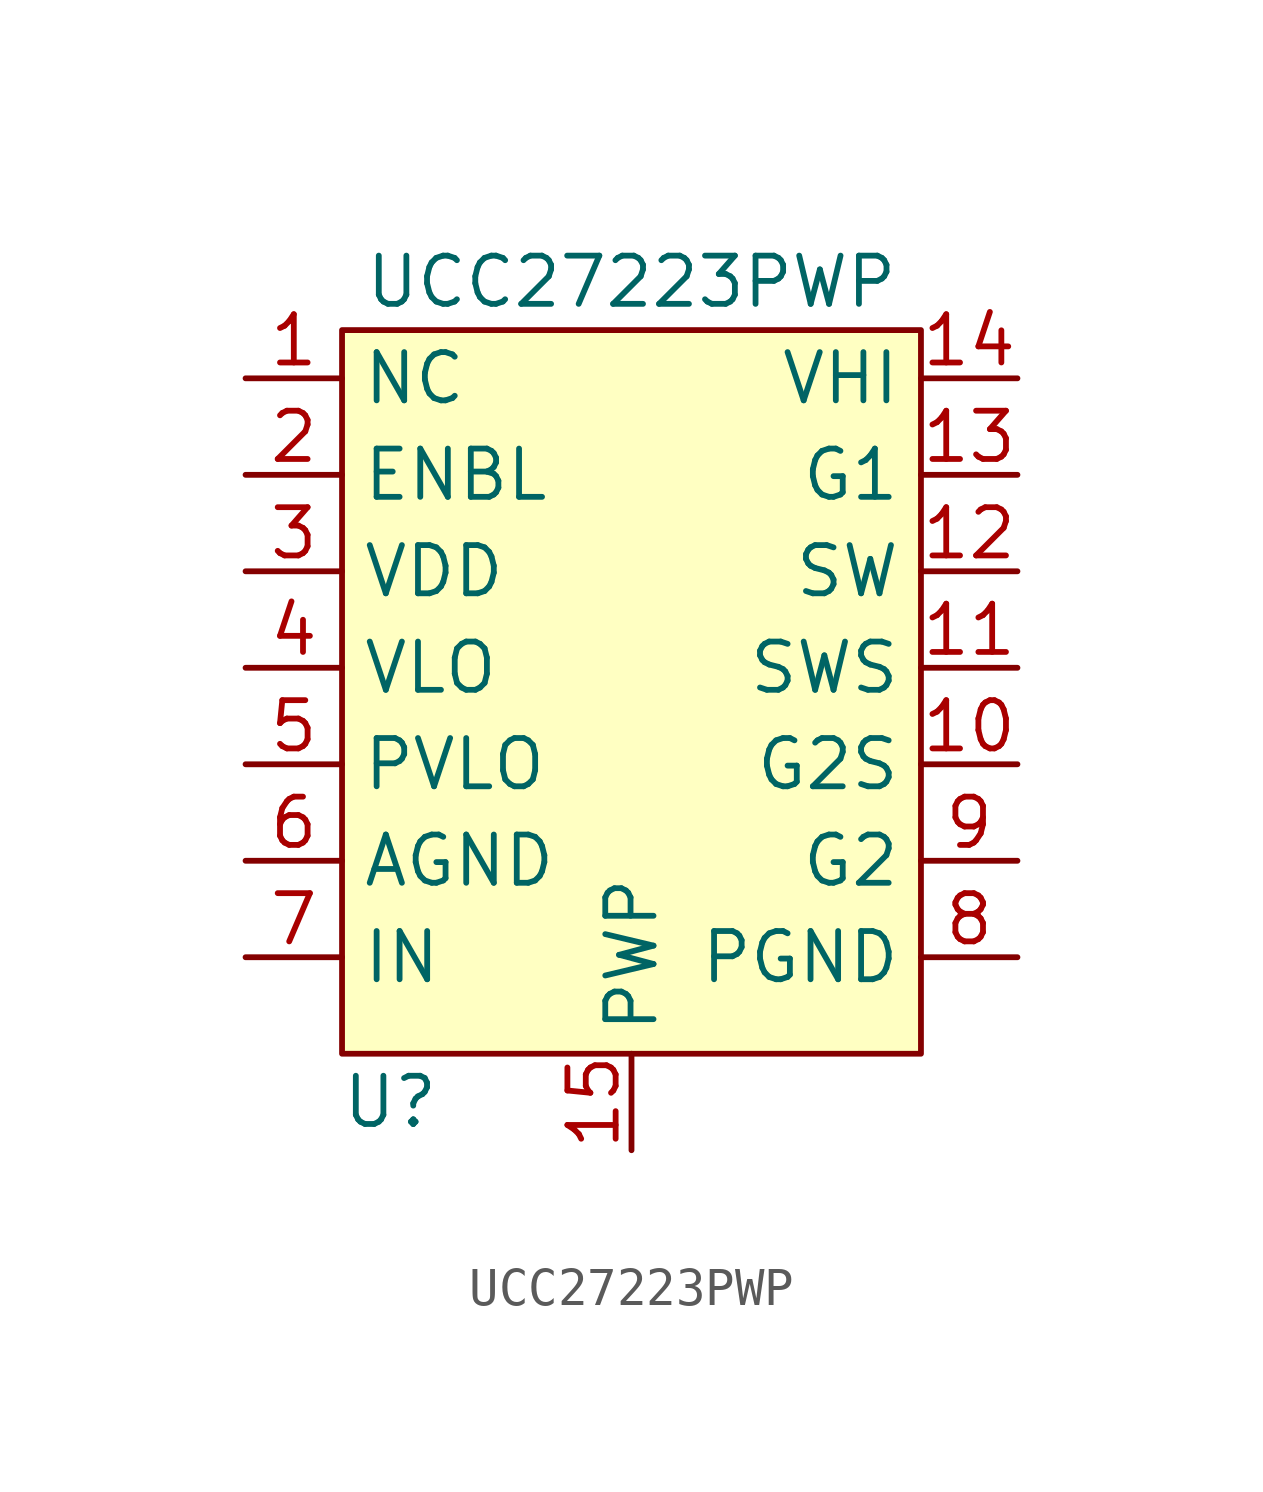
<source format=kicad_sym>
(kicad_symbol_lib
  (version 20211014)
  (generator kicad_symbol_editor)
  (symbol "UCC27223PWP"
    (property "Reference" "U"
      (at 1.27 -16.51 0)
      (effects (font (size 1.27 1.27))))
    (property "Value" "UCC27223PWP"
      (at 7.62 5.08 0)
      (effects (font (size 1.27 1.27))))
    (symbol "UCC27223PWP_0_0"
      (pin input line (at 7.62 -17.78 90) (length 2.54) (name "PWP" (effects (font (size 1.27 1.27)))) (number "15" (effects (font (size 1.27 1.27))))))
    (symbol "UCC27223PWP_0_1"
      (rectangle (start 0 3.81) (end 15.24 -15.24) (stroke (width 0) (type default) (color 0 0 0 0)) (fill (type background))))
    (symbol "UCC27223PWP_1_1"
      (pin input line (at -2.54 2.54 0) (length 2.54) (name "NC" (effects (font (size 1.27 1.27)))) (number "1" (effects (font (size 1.27 1.27)))))
      (pin input line (at 17.78 -7.62 180) (length 2.54) (name "G2S" (effects (font (size 1.27 1.27)))) (number "10" (effects (font (size 1.27 1.27)))))
      (pin input line (at 17.78 -5.08 180) (length 2.54) (name "SWS" (effects (font (size 1.27 1.27)))) (number "11" (effects (font (size 1.27 1.27)))))
      (pin input line (at 17.78 -2.54 180) (length 2.54) (name "SW" (effects (font (size 1.27 1.27)))) (number "12" (effects (font (size 1.27 1.27)))))
      (pin input line (at 17.78 0 180) (length 2.54) (name "G1" (effects (font (size 1.27 1.27)))) (number "13" (effects (font (size 1.27 1.27)))))
      (pin input line (at 17.78 2.54 180) (length 2.54) (name "VHI" (effects (font (size 1.27 1.27)))) (number "14" (effects (font (size 1.27 1.27)))))
      (pin input line (at -2.54 0 0) (length 2.54) (name "ENBL" (effects (font (size 1.27 1.27)))) (number "2" (effects (font (size 1.27 1.27)))))
      (pin input line (at -2.54 -2.54 0) (length 2.54) (name "VDD" (effects (font (size 1.27 1.27)))) (number "3" (effects (font (size 1.27 1.27)))))
      (pin input line (at -2.54 -5.08 0) (length 2.54) (name "VLO" (effects (font (size 1.27 1.27)))) (number "4" (effects (font (size 1.27 1.27)))))
      (pin input line (at -2.54 -7.62 0) (length 2.54) (name "PVLO" (effects (font (size 1.27 1.27)))) (number "5" (effects (font (size 1.27 1.27)))))
      (pin input line (at -2.54 -10.16 0) (length 2.54) (name "AGND" (effects (font (size 1.27 1.27)))) (number "6" (effects (font (size 1.27 1.27)))))
      (pin input line (at -2.54 -12.7 0) (length 2.54) (name "IN" (effects (font (size 1.27 1.27)))) (number "7" (effects (font (size 1.27 1.27)))))
      (pin input line (at 17.78 -12.7 180) (length 2.54) (name "PGND" (effects (font (size 1.27 1.27)))) (number "8" (effects (font (size 1.27 1.27)))))
      (pin input line (at 17.78 -10.16 180) (length 2.54) (name "G2" (effects (font (size 1.27 1.27)))) (number "9" (effects (font (size 1.27 1.27))))))))
</source>
